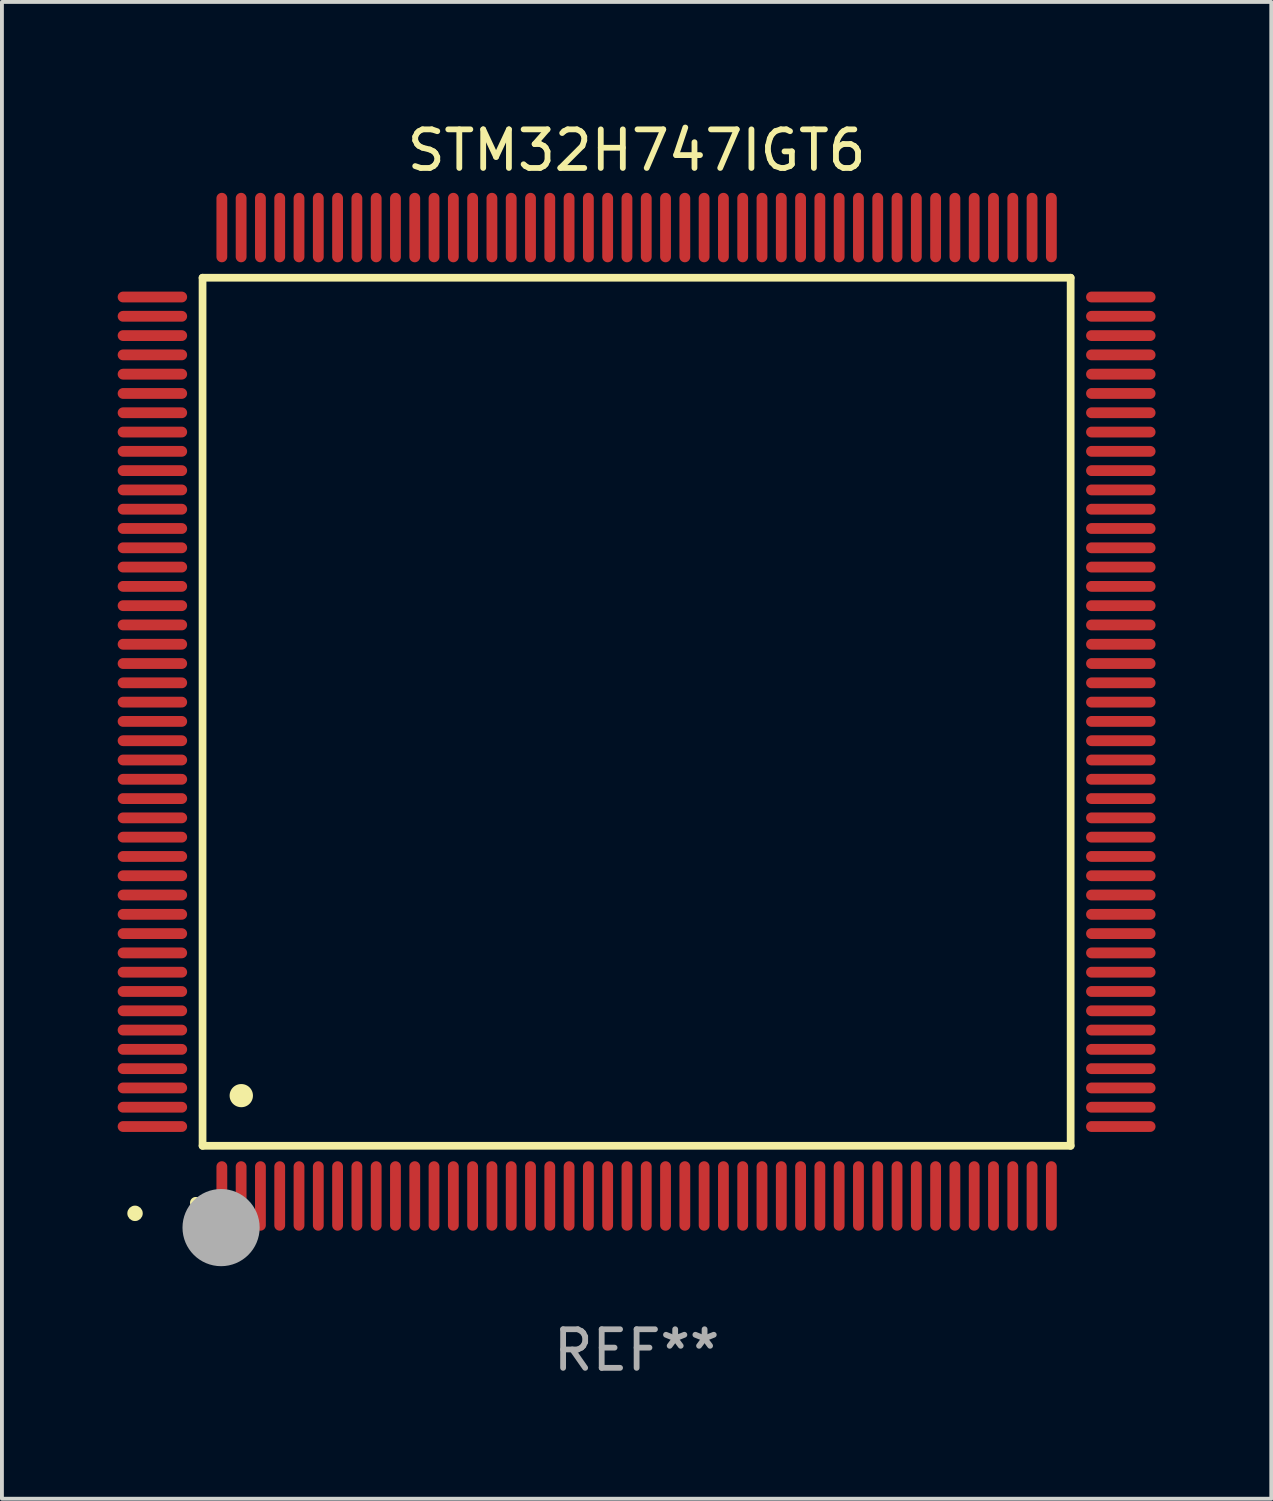
<source format=kicad_pcb>
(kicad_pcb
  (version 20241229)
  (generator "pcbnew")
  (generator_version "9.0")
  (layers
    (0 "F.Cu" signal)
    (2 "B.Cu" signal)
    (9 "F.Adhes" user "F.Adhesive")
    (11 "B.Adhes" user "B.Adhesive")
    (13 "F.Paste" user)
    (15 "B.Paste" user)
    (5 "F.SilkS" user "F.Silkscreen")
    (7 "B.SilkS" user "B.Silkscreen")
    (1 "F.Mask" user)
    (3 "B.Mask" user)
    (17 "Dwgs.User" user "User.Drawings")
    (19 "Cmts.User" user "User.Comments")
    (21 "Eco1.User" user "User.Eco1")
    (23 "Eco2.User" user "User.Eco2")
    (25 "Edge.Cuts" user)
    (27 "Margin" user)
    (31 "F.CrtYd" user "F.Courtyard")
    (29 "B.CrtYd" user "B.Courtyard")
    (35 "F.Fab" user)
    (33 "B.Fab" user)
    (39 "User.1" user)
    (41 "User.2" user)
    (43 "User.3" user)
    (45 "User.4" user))
  (footprint "STM32H747IGT6"
    (layer "F.Cu")
    (at 13.45 15.398)
    (property "Reference" "STM32H747IGT6" (at 0 -14.55 0) (layer "F.SilkS") (effects (font (size 1 1) (thickness 0.15))))
    (attr through_hole)
    (fp_line (start -11.25 -11.25) (end 11.25 -11.25) (stroke (width 0.2) (type solid)) (layer "F.SilkS"))
    (fp_line (start -11.25 11.25) (end -11.25 -11.25) (stroke (width 0.2) (type solid)) (layer "F.SilkS"))
    (fp_line (start 11.25 -11.25) (end 11.25 11.25) (stroke (width 0.2) (type solid)) (layer "F.SilkS"))
    (fp_line (start 11.25 11.25) (end -11.25 11.25) (stroke (width 0.2) (type solid)) (layer "F.SilkS"))
    (fp_arc (start -11.424943 12.725425) (mid -11.423673 12.72542) (end -11.422403 12.725425) (stroke (width 0.3) (type solid)) (layer "F.SilkS"))
    (fp_arc (start -10.24892 9.9492) (mid -10.24638 9.949189) (end -10.24384 9.9492) (stroke (width 0.6) (type solid)) (layer "F.SilkS"))
    (fp_circle (center -13 13) (end -12.9 13) (stroke (width 0.2) (type solid)) (fill no) (layer "F.SilkS"))
    (fp_circle (center -10.77 13.37) (end -10.27 13.37) (stroke (width 1) (type solid)) (fill no) (layer "F.Fab"))
    (fp_text user "REF**" (at 0 16.55 0) (layer "F.Fab") (effects (font (size 1 1) (thickness 0.15))))
    (pad "1" smd oval (at -10.75 12.55) (size 0.28 1.8) (layers "F.Cu" "F.Mask" "F.Paste"))
    (pad "2" smd oval (at -10.25 12.55) (size 0.28 1.8) (layers "F.Cu" "F.Mask" "F.Paste"))
    (pad "3" smd oval (at -9.75 12.55) (size 0.28 1.8) (layers "F.Cu" "F.Mask" "F.Paste"))
    (pad "4" smd oval (at -9.25 12.55) (size 0.28 1.8) (layers "F.Cu" "F.Mask" "F.Paste"))
    (pad "5" smd oval (at -8.75 12.55) (size 0.28 1.8) (layers "F.Cu" "F.Mask" "F.Paste"))
    (pad "6" smd oval (at -8.25 12.55) (size 0.28 1.8) (layers "F.Cu" "F.Mask" "F.Paste"))
    (pad "7" smd oval (at -7.75 12.55) (size 0.28 1.8) (layers "F.Cu" "F.Mask" "F.Paste"))
    (pad "8" smd oval (at -7.25 12.55) (size 0.28 1.8) (layers "F.Cu" "F.Mask" "F.Paste"))
    (pad "9" smd oval (at -6.75 12.55) (size 0.28 1.8) (layers "F.Cu" "F.Mask" "F.Paste"))
    (pad "10" smd oval (at -6.25 12.55) (size 0.28 1.8) (layers "F.Cu" "F.Mask" "F.Paste"))
    (pad "11" smd oval (at -5.75 12.55) (size 0.28 1.8) (layers "F.Cu" "F.Mask" "F.Paste"))
    (pad "12" smd oval (at -5.25 12.55) (size 0.28 1.8) (layers "F.Cu" "F.Mask" "F.Paste"))
    (pad "13" smd oval (at -4.75 12.55) (size 0.28 1.8) (layers "F.Cu" "F.Mask" "F.Paste"))
    (pad "14" smd oval (at -4.25 12.55) (size 0.28 1.8) (layers "F.Cu" "F.Mask" "F.Paste"))
    (pad "15" smd oval (at -3.75 12.55) (size 0.28 1.8) (layers "F.Cu" "F.Mask" "F.Paste"))
    (pad "16" smd oval (at -3.25 12.55) (size 0.28 1.8) (layers "F.Cu" "F.Mask" "F.Paste"))
    (pad "17" smd oval (at -2.75 12.55) (size 0.28 1.8) (layers "F.Cu" "F.Mask" "F.Paste"))
    (pad "18" smd oval (at -2.25 12.55) (size 0.28 1.8) (layers "F.Cu" "F.Mask" "F.Paste"))
    (pad "19" smd oval (at -1.75 12.55) (size 0.28 1.8) (layers "F.Cu" "F.Mask" "F.Paste"))
    (pad "20" smd oval (at -1.25 12.55) (size 0.28 1.8) (layers "F.Cu" "F.Mask" "F.Paste"))
    (pad "21" smd oval (at -0.75 12.55) (size 0.28 1.8) (layers "F.Cu" "F.Mask" "F.Paste"))
    (pad "22" smd oval (at -0.25 12.55) (size 0.28 1.8) (layers "F.Cu" "F.Mask" "F.Paste"))
    (pad "23" smd oval (at 0.25 12.55) (size 0.28 1.8) (layers "F.Cu" "F.Mask" "F.Paste"))
    (pad "24" smd oval (at 0.75 12.55) (size 0.28 1.8) (layers "F.Cu" "F.Mask" "F.Paste"))
    (pad "25" smd oval (at 1.25 12.55) (size 0.28 1.8) (layers "F.Cu" "F.Mask" "F.Paste"))
    (pad "26" smd oval (at 1.75 12.55) (size 0.28 1.8) (layers "F.Cu" "F.Mask" "F.Paste"))
    (pad "27" smd oval (at 2.25 12.55) (size 0.28 1.8) (layers "F.Cu" "F.Mask" "F.Paste"))
    (pad "28" smd oval (at 2.75 12.55) (size 0.28 1.8) (layers "F.Cu" "F.Mask" "F.Paste"))
    (pad "29" smd oval (at 3.25 12.55) (size 0.28 1.8) (layers "F.Cu" "F.Mask" "F.Paste"))
    (pad "30" smd oval (at 3.75 12.55) (size 0.28 1.8) (layers "F.Cu" "F.Mask" "F.Paste"))
    (pad "31" smd oval (at 4.25 12.55) (size 0.28 1.8) (layers "F.Cu" "F.Mask" "F.Paste"))
    (pad "32" smd oval (at 4.75 12.55) (size 0.28 1.8) (layers "F.Cu" "F.Mask" "F.Paste"))
    (pad "33" smd oval (at 5.25 12.55) (size 0.28 1.8) (layers "F.Cu" "F.Mask" "F.Paste"))
    (pad "34" smd oval (at 5.75 12.55) (size 0.28 1.8) (layers "F.Cu" "F.Mask" "F.Paste"))
    (pad "35" smd oval (at 6.25 12.55) (size 0.28 1.8) (layers "F.Cu" "F.Mask" "F.Paste"))
    (pad "36" smd oval (at 6.75 12.55) (size 0.28 1.8) (layers "F.Cu" "F.Mask" "F.Paste"))
    (pad "37" smd oval (at 7.25 12.55) (size 0.28 1.8) (layers "F.Cu" "F.Mask" "F.Paste"))
    (pad "38" smd oval (at 7.75 12.55) (size 0.28 1.8) (layers "F.Cu" "F.Mask" "F.Paste"))
    (pad "39" smd oval (at 8.25 12.55) (size 0.28 1.8) (layers "F.Cu" "F.Mask" "F.Paste"))
    (pad "40" smd oval (at 8.75 12.55) (size 0.28 1.8) (layers "F.Cu" "F.Mask" "F.Paste"))
    (pad "41" smd oval (at 9.25 12.55) (size 0.28 1.8) (layers "F.Cu" "F.Mask" "F.Paste"))
    (pad "42" smd oval (at 9.75 12.55) (size 0.28 1.8) (layers "F.Cu" "F.Mask" "F.Paste"))
    (pad "43" smd oval (at 10.25 12.55) (size 0.28 1.8) (layers "F.Cu" "F.Mask" "F.Paste"))
    (pad "44" smd oval (at 10.75 12.55) (size 0.28 1.8) (layers "F.Cu" "F.Mask" "F.Paste"))
    (pad "45" smd oval (at 12.55 10.75) (size 1.8 0.28) (layers "F.Cu" "F.Mask" "F.Paste"))
    (pad "46" smd oval (at 12.55 10.25) (size 1.8 0.28) (layers "F.Cu" "F.Mask" "F.Paste"))
    (pad "47" smd oval (at 12.55 9.75) (size 1.8 0.28) (layers "F.Cu" "F.Mask" "F.Paste"))
    (pad "48" smd oval (at 12.55 9.25) (size 1.8 0.28) (layers "F.Cu" "F.Mask" "F.Paste"))
    (pad "49" smd oval (at 12.55 8.75) (size 1.8 0.28) (layers "F.Cu" "F.Mask" "F.Paste"))
    (pad "50" smd oval (at 12.55 8.25) (size 1.8 0.28) (layers "F.Cu" "F.Mask" "F.Paste"))
    (pad "51" smd oval (at 12.55 7.75) (size 1.8 0.28) (layers "F.Cu" "F.Mask" "F.Paste"))
    (pad "52" smd oval (at 12.55 7.25) (size 1.8 0.28) (layers "F.Cu" "F.Mask" "F.Paste"))
    (pad "53" smd oval (at 12.55 6.75) (size 1.8 0.28) (layers "F.Cu" "F.Mask" "F.Paste"))
    (pad "54" smd oval (at 12.55 6.25) (size 1.8 0.28) (layers "F.Cu" "F.Mask" "F.Paste"))
    (pad "55" smd oval (at 12.55 5.75) (size 1.8 0.28) (layers "F.Cu" "F.Mask" "F.Paste"))
    (pad "56" smd oval (at 12.55 5.25) (size 1.8 0.28) (layers "F.Cu" "F.Mask" "F.Paste"))
    (pad "57" smd oval (at 12.55 4.75) (size 1.8 0.28) (layers "F.Cu" "F.Mask" "F.Paste"))
    (pad "58" smd oval (at 12.55 4.25) (size 1.8 0.28) (layers "F.Cu" "F.Mask" "F.Paste"))
    (pad "59" smd oval (at 12.55 3.75) (size 1.8 0.28) (layers "F.Cu" "F.Mask" "F.Paste"))
    (pad "60" smd oval (at 12.55 3.25) (size 1.8 0.28) (layers "F.Cu" "F.Mask" "F.Paste"))
    (pad "61" smd oval (at 12.55 2.75) (size 1.8 0.28) (layers "F.Cu" "F.Mask" "F.Paste"))
    (pad "62" smd oval (at 12.55 2.25) (size 1.8 0.28) (layers "F.Cu" "F.Mask" "F.Paste"))
    (pad "63" smd oval (at 12.55 1.75) (size 1.8 0.28) (layers "F.Cu" "F.Mask" "F.Paste"))
    (pad "64" smd oval (at 12.55 1.25) (size 1.8 0.28) (layers "F.Cu" "F.Mask" "F.Paste"))
    (pad "65" smd oval (at 12.55 0.75) (size 1.8 0.28) (layers "F.Cu" "F.Mask" "F.Paste"))
    (pad "66" smd oval (at 12.55 0.25) (size 1.8 0.28) (layers "F.Cu" "F.Mask" "F.Paste"))
    (pad "67" smd oval (at 12.55 -0.25) (size 1.8 0.28) (layers "F.Cu" "F.Mask" "F.Paste"))
    (pad "68" smd oval (at 12.55 -0.75) (size 1.8 0.28) (layers "F.Cu" "F.Mask" "F.Paste"))
    (pad "69" smd oval (at 12.55 -1.25) (size 1.8 0.28) (layers "F.Cu" "F.Mask" "F.Paste"))
    (pad "70" smd oval (at 12.55 -1.75) (size 1.8 0.28) (layers "F.Cu" "F.Mask" "F.Paste"))
    (pad "71" smd oval (at 12.55 -2.25) (size 1.8 0.28) (layers "F.Cu" "F.Mask" "F.Paste"))
    (pad "72" smd oval (at 12.55 -2.75) (size 1.8 0.28) (layers "F.Cu" "F.Mask" "F.Paste"))
    (pad "73" smd oval (at 12.55 -3.25) (size 1.8 0.28) (layers "F.Cu" "F.Mask" "F.Paste"))
    (pad "74" smd oval (at 12.55 -3.75) (size 1.8 0.28) (layers "F.Cu" "F.Mask" "F.Paste"))
    (pad "75" smd oval (at 12.55 -4.25) (size 1.8 0.28) (layers "F.Cu" "F.Mask" "F.Paste"))
    (pad "76" smd oval (at 12.55 -4.75) (size 1.8 0.28) (layers "F.Cu" "F.Mask" "F.Paste"))
    (pad "77" smd oval (at 12.55 -5.25) (size 1.8 0.28) (layers "F.Cu" "F.Mask" "F.Paste"))
    (pad "78" smd oval (at 12.55 -5.75) (size 1.8 0.28) (layers "F.Cu" "F.Mask" "F.Paste"))
    (pad "79" smd oval (at 12.55 -6.25) (size 1.8 0.28) (layers "F.Cu" "F.Mask" "F.Paste"))
    (pad "80" smd oval (at 12.55 -6.75) (size 1.8 0.28) (layers "F.Cu" "F.Mask" "F.Paste"))
    (pad "81" smd oval (at 12.55 -7.25) (size 1.8 0.28) (layers "F.Cu" "F.Mask" "F.Paste"))
    (pad "82" smd oval (at 12.55 -7.75) (size 1.8 0.28) (layers "F.Cu" "F.Mask" "F.Paste"))
    (pad "83" smd oval (at 12.55 -8.25) (size 1.8 0.28) (layers "F.Cu" "F.Mask" "F.Paste"))
    (pad "84" smd oval (at 12.55 -8.75) (size 1.8 0.28) (layers "F.Cu" "F.Mask" "F.Paste"))
    (pad "85" smd oval (at 12.55 -9.25) (size 1.8 0.28) (layers "F.Cu" "F.Mask" "F.Paste"))
    (pad "86" smd oval (at 12.55 -9.75) (size 1.8 0.28) (layers "F.Cu" "F.Mask" "F.Paste"))
    (pad "87" smd oval (at 12.55 -10.25) (size 1.8 0.28) (layers "F.Cu" "F.Mask" "F.Paste"))
    (pad "88" smd oval (at 12.55 -10.75) (size 1.8 0.28) (layers "F.Cu" "F.Mask" "F.Paste"))
    (pad "89" smd oval (at 10.75 -12.55) (size 0.28 1.8) (layers "F.Cu" "F.Mask" "F.Paste"))
    (pad "90" smd oval (at 10.25 -12.55) (size 0.28 1.8) (layers "F.Cu" "F.Mask" "F.Paste"))
    (pad "91" smd oval (at 9.75 -12.55) (size 0.28 1.8) (layers "F.Cu" "F.Mask" "F.Paste"))
    (pad "92" smd oval (at 9.25 -12.55) (size 0.28 1.8) (layers "F.Cu" "F.Mask" "F.Paste"))
    (pad "93" smd oval (at 8.75 -12.55) (size 0.28 1.8) (layers "F.Cu" "F.Mask" "F.Paste"))
    (pad "94" smd oval (at 8.25 -12.55) (size 0.28 1.8) (layers "F.Cu" "F.Mask" "F.Paste"))
    (pad "95" smd oval (at 7.75 -12.55) (size 0.28 1.8) (layers "F.Cu" "F.Mask" "F.Paste"))
    (pad "96" smd oval (at 7.25 -12.55) (size 0.28 1.8) (layers "F.Cu" "F.Mask" "F.Paste"))
    (pad "97" smd oval (at 6.75 -12.55) (size 0.28 1.8) (layers "F.Cu" "F.Mask" "F.Paste"))
    (pad "98" smd oval (at 6.25 -12.55) (size 0.28 1.8) (layers "F.Cu" "F.Mask" "F.Paste"))
    (pad "99" smd oval (at 5.75 -12.55) (size 0.28 1.8) (layers "F.Cu" "F.Mask" "F.Paste"))
    (pad "100" smd oval (at 5.25 -12.55) (size 0.28 1.8) (layers "F.Cu" "F.Mask" "F.Paste"))
    (pad "101" smd oval (at 4.75 -12.55) (size 0.28 1.8) (layers "F.Cu" "F.Mask" "F.Paste"))
    (pad "102" smd oval (at 4.25 -12.55) (size 0.28 1.8) (layers "F.Cu" "F.Mask" "F.Paste"))
    (pad "103" smd oval (at 3.75 -12.55) (size 0.28 1.8) (layers "F.Cu" "F.Mask" "F.Paste"))
    (pad "104" smd oval (at 3.25 -12.55) (size 0.28 1.8) (layers "F.Cu" "F.Mask" "F.Paste"))
    (pad "105" smd oval (at 2.75 -12.55) (size 0.28 1.8) (layers "F.Cu" "F.Mask" "F.Paste"))
    (pad "106" smd oval (at 2.25 -12.55) (size 0.28 1.8) (layers "F.Cu" "F.Mask" "F.Paste"))
    (pad "107" smd oval (at 1.75 -12.55) (size 0.28 1.8) (layers "F.Cu" "F.Mask" "F.Paste"))
    (pad "108" smd oval (at 1.25 -12.55) (size 0.28 1.8) (layers "F.Cu" "F.Mask" "F.Paste"))
    (pad "109" smd oval (at 0.75 -12.55) (size 0.28 1.8) (layers "F.Cu" "F.Mask" "F.Paste"))
    (pad "110" smd oval (at 0.25 -12.55) (size 0.28 1.8) (layers "F.Cu" "F.Mask" "F.Paste"))
    (pad "111" smd oval (at -0.25 -12.55) (size 0.28 1.8) (layers "F.Cu" "F.Mask" "F.Paste"))
    (pad "112" smd oval (at -0.75 -12.55) (size 0.28 1.8) (layers "F.Cu" "F.Mask" "F.Paste"))
    (pad "113" smd oval (at -1.25 -12.55) (size 0.28 1.8) (layers "F.Cu" "F.Mask" "F.Paste"))
    (pad "114" smd oval (at -1.75 -12.55) (size 0.28 1.8) (layers "F.Cu" "F.Mask" "F.Paste"))
    (pad "115" smd oval (at -2.25 -12.55) (size 0.28 1.8) (layers "F.Cu" "F.Mask" "F.Paste"))
    (pad "116" smd oval (at -2.75 -12.55) (size 0.28 1.8) (layers "F.Cu" "F.Mask" "F.Paste"))
    (pad "117" smd oval (at -3.25 -12.55) (size 0.28 1.8) (layers "F.Cu" "F.Mask" "F.Paste"))
    (pad "118" smd oval (at -3.75 -12.55) (size 0.28 1.8) (layers "F.Cu" "F.Mask" "F.Paste"))
    (pad "119" smd oval (at -4.25 -12.55) (size 0.28 1.8) (layers "F.Cu" "F.Mask" "F.Paste"))
    (pad "120" smd oval (at -4.75 -12.55) (size 0.28 1.8) (layers "F.Cu" "F.Mask" "F.Paste"))
    (pad "121" smd oval (at -5.25 -12.55) (size 0.28 1.8) (layers "F.Cu" "F.Mask" "F.Paste"))
    (pad "122" smd oval (at -5.75 -12.55) (size 0.28 1.8) (layers "F.Cu" "F.Mask" "F.Paste"))
    (pad "123" smd oval (at -6.25 -12.55) (size 0.28 1.8) (layers "F.Cu" "F.Mask" "F.Paste"))
    (pad "124" smd oval (at -6.75 -12.55) (size 0.28 1.8) (layers "F.Cu" "F.Mask" "F.Paste"))
    (pad "125" smd oval (at -7.25 -12.55) (size 0.28 1.8) (layers "F.Cu" "F.Mask" "F.Paste"))
    (pad "126" smd oval (at -7.75 -12.55) (size 0.28 1.8) (layers "F.Cu" "F.Mask" "F.Paste"))
    (pad "127" smd oval (at -8.25 -12.55) (size 0.28 1.8) (layers "F.Cu" "F.Mask" "F.Paste"))
    (pad "128" smd oval (at -8.75 -12.55) (size 0.28 1.8) (layers "F.Cu" "F.Mask" "F.Paste"))
    (pad "129" smd oval (at -9.25 -12.55) (size 0.28 1.8) (layers "F.Cu" "F.Mask" "F.Paste"))
    (pad "130" smd oval (at -9.75 -12.55) (size 0.28 1.8) (layers "F.Cu" "F.Mask" "F.Paste"))
    (pad "131" smd oval (at -10.25 -12.55) (size 0.28 1.8) (layers "F.Cu" "F.Mask" "F.Paste"))
    (pad "132" smd oval (at -10.75 -12.55) (size 0.28 1.8) (layers "F.Cu" "F.Mask" "F.Paste"))
    (pad "133" smd oval (at -12.55 -10.75) (size 1.8 0.28) (layers "F.Cu" "F.Mask" "F.Paste"))
    (pad "134" smd oval (at -12.55 -10.25) (size 1.8 0.28) (layers "F.Cu" "F.Mask" "F.Paste"))
    (pad "135" smd oval (at -12.55 -9.75) (size 1.8 0.28) (layers "F.Cu" "F.Mask" "F.Paste"))
    (pad "136" smd oval (at -12.55 -9.25) (size 1.8 0.28) (layers "F.Cu" "F.Mask" "F.Paste"))
    (pad "137" smd oval (at -12.55 -8.75) (size 1.8 0.28) (layers "F.Cu" "F.Mask" "F.Paste"))
    (pad "138" smd oval (at -12.55 -8.25) (size 1.8 0.28) (layers "F.Cu" "F.Mask" "F.Paste"))
    (pad "139" smd oval (at -12.55 -7.75) (size 1.8 0.28) (layers "F.Cu" "F.Mask" "F.Paste"))
    (pad "140" smd oval (at -12.55 -7.25) (size 1.8 0.28) (layers "F.Cu" "F.Mask" "F.Paste"))
    (pad "141" smd oval (at -12.55 -6.75) (size 1.8 0.28) (layers "F.Cu" "F.Mask" "F.Paste"))
    (pad "142" smd oval (at -12.55 -6.25) (size 1.8 0.28) (layers "F.Cu" "F.Mask" "F.Paste"))
    (pad "143" smd oval (at -12.55 -5.75) (size 1.8 0.28) (layers "F.Cu" "F.Mask" "F.Paste"))
    (pad "144" smd oval (at -12.55 -5.25) (size 1.8 0.28) (layers "F.Cu" "F.Mask" "F.Paste"))
    (pad "145" smd oval (at -12.55 -4.75) (size 1.8 0.28) (layers "F.Cu" "F.Mask" "F.Paste"))
    (pad "146" smd oval (at -12.55 -4.25) (size 1.8 0.28) (layers "F.Cu" "F.Mask" "F.Paste"))
    (pad "147" smd oval (at -12.55 -3.75) (size 1.8 0.28) (layers "F.Cu" "F.Mask" "F.Paste"))
    (pad "148" smd oval (at -12.55 -3.25) (size 1.8 0.28) (layers "F.Cu" "F.Mask" "F.Paste"))
    (pad "149" smd oval (at -12.55 -2.75) (size 1.8 0.28) (layers "F.Cu" "F.Mask" "F.Paste"))
    (pad "150" smd oval (at -12.55 -2.25) (size 1.8 0.28) (layers "F.Cu" "F.Mask" "F.Paste"))
    (pad "151" smd oval (at -12.55 -1.75) (size 1.8 0.28) (layers "F.Cu" "F.Mask" "F.Paste"))
    (pad "152" smd oval (at -12.55 -1.25) (size 1.8 0.28) (layers "F.Cu" "F.Mask" "F.Paste"))
    (pad "153" smd oval (at -12.55 -0.75) (size 1.8 0.28) (layers "F.Cu" "F.Mask" "F.Paste"))
    (pad "154" smd oval (at -12.55 -0.25) (size 1.8 0.28) (layers "F.Cu" "F.Mask" "F.Paste"))
    (pad "155" smd oval (at -12.55 0.25) (size 1.8 0.28) (layers "F.Cu" "F.Mask" "F.Paste"))
    (pad "156" smd oval (at -12.55 0.75) (size 1.8 0.28) (layers "F.Cu" "F.Mask" "F.Paste"))
    (pad "157" smd oval (at -12.55 1.25) (size 1.8 0.28) (layers "F.Cu" "F.Mask" "F.Paste"))
    (pad "158" smd oval (at -12.55 1.75) (size 1.8 0.28) (layers "F.Cu" "F.Mask" "F.Paste"))
    (pad "159" smd oval (at -12.55 2.25) (size 1.8 0.28) (layers "F.Cu" "F.Mask" "F.Paste"))
    (pad "160" smd oval (at -12.55 2.75) (size 1.8 0.28) (layers "F.Cu" "F.Mask" "F.Paste"))
    (pad "161" smd oval (at -12.55 3.25) (size 1.8 0.28) (layers "F.Cu" "F.Mask" "F.Paste"))
    (pad "162" smd oval (at -12.55 3.75) (size 1.8 0.28) (layers "F.Cu" "F.Mask" "F.Paste"))
    (pad "163" smd oval (at -12.55 4.25) (size 1.8 0.28) (layers "F.Cu" "F.Mask" "F.Paste"))
    (pad "164" smd oval (at -12.55 4.75) (size 1.8 0.28) (layers "F.Cu" "F.Mask" "F.Paste"))
    (pad "165" smd oval (at -12.55 5.25) (size 1.8 0.28) (layers "F.Cu" "F.Mask" "F.Paste"))
    (pad "166" smd oval (at -12.55 5.75) (size 1.8 0.28) (layers "F.Cu" "F.Mask" "F.Paste"))
    (pad "167" smd oval (at -12.55 6.25) (size 1.8 0.28) (layers "F.Cu" "F.Mask" "F.Paste"))
    (pad "168" smd oval (at -12.55 6.75) (size 1.8 0.28) (layers "F.Cu" "F.Mask" "F.Paste"))
    (pad "169" smd oval (at -12.55 7.25) (size 1.8 0.28) (layers "F.Cu" "F.Mask" "F.Paste"))
    (pad "170" smd oval (at -12.55 7.75) (size 1.8 0.28) (layers "F.Cu" "F.Mask" "F.Paste"))
    (pad "171" smd oval (at -12.55 8.25) (size 1.8 0.28) (layers "F.Cu" "F.Mask" "F.Paste"))
    (pad "172" smd oval (at -12.55 8.75) (size 1.8 0.28) (layers "F.Cu" "F.Mask" "F.Paste"))
    (pad "173" smd oval (at -12.55 9.25) (size 1.8 0.28) (layers "F.Cu" "F.Mask" "F.Paste"))
    (pad "174" smd oval (at -12.55 9.75) (size 1.8 0.28) (layers "F.Cu" "F.Mask" "F.Paste"))
    (pad "175" smd oval (at -12.55 10.25) (size 1.8 0.28) (layers "F.Cu" "F.Mask" "F.Paste"))
    (pad "176" smd oval (at -12.55 10.75) (size 1.8 0.28) (layers "F.Cu" "F.Mask" "F.Paste")))
  (gr_rect
    (start -3 -3)
    (end 29.9 35.796)
    (stroke (width 0.1) (type default))
    (fill no)
    (layer "Edge.Cuts")))
</source>
